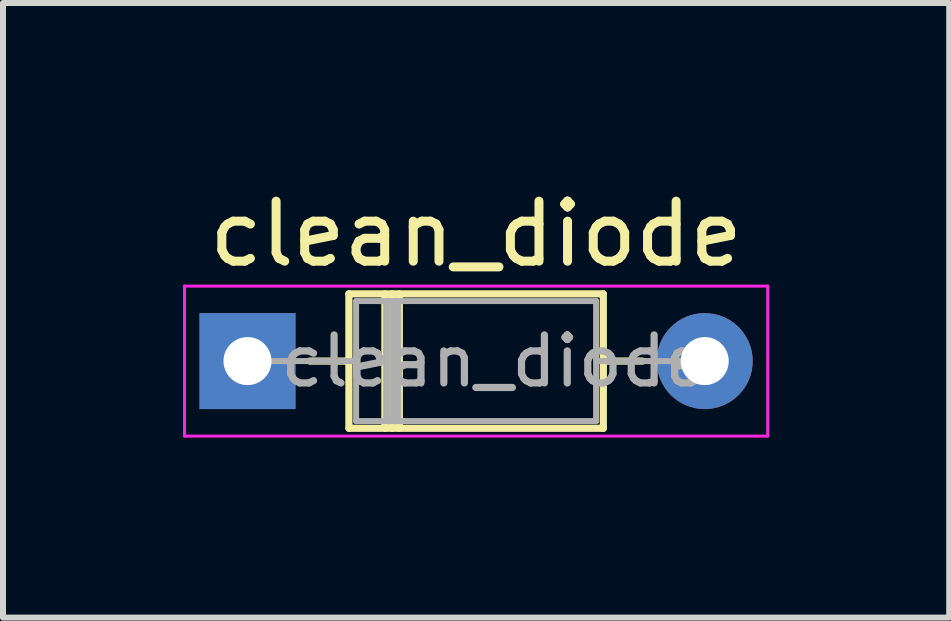
<source format=kicad_pcb>
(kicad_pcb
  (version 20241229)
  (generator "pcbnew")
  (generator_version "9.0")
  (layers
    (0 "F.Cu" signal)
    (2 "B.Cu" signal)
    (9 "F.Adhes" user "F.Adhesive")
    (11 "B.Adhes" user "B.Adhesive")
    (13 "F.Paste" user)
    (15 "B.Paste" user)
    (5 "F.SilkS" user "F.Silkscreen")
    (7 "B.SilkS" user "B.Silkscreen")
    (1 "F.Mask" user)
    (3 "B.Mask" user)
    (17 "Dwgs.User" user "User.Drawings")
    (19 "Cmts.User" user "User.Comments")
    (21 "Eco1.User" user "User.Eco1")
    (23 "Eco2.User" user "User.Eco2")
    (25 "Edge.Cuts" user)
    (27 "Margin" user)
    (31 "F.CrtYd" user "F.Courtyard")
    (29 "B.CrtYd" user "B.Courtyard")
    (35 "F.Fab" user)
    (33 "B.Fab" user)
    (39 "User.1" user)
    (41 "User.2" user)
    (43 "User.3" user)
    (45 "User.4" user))
  (footprint "clean_diode"
    (layer "F.Cu")
    (at 1.075 2.968)
    (property "Reference" "clean_diode" (at 3.81 -2.12 0) (layer "F.SilkS") (effects (font (size 1 1) (thickness 0.15))))
    (attr through_hole)
    (fp_line (start 1.04 0) (end 1.69 0) (stroke (width 0.12) (type solid)) (layer "F.SilkS"))
    (fp_line (start 1.69 -1.12) (end 1.69 1.12) (stroke (width 0.12) (type solid)) (layer "F.SilkS"))
    (fp_line (start 1.69 1.12) (end 5.93 1.12) (stroke (width 0.12) (type solid)) (layer "F.SilkS"))
    (fp_line (start 2.29 -1.12) (end 2.29 1.12) (stroke (width 0.12) (type solid)) (layer "F.SilkS"))
    (fp_line (start 2.41 -1.12) (end 2.41 1.12) (stroke (width 0.12) (type solid)) (layer "F.SilkS"))
    (fp_line (start 2.53 -1.12) (end 2.53 1.12) (stroke (width 0.12) (type solid)) (layer "F.SilkS"))
    (fp_line (start 5.93 -1.12) (end 1.69 -1.12) (stroke (width 0.12) (type solid)) (layer "F.SilkS"))
    (fp_line (start 5.93 1.12) (end 5.93 -1.12) (stroke (width 0.12) (type solid)) (layer "F.SilkS"))
    (fp_line (start 6.58 0) (end 5.93 0) (stroke (width 0.12) (type solid)) (layer "F.SilkS"))
    (fp_line (start -1.05 -1.25) (end -1.05 1.25) (stroke (width 0.05) (type solid)) (layer "F.CrtYd"))
    (fp_line (start -1.05 1.25) (end 8.67 1.25) (stroke (width 0.05) (type solid)) (layer "F.CrtYd"))
    (fp_line (start 8.67 -1.25) (end -1.05 -1.25) (stroke (width 0.05) (type solid)) (layer "F.CrtYd"))
    (fp_line (start 8.67 1.25) (end 8.67 -1.25) (stroke (width 0.05) (type solid)) (layer "F.CrtYd"))
    (fp_line (start 0 0) (end 1.81 0) (stroke (width 0.1) (type solid)) (layer "F.Fab"))
    (fp_line (start 1.81 -1) (end 1.81 1) (stroke (width 0.1) (type solid)) (layer "F.Fab"))
    (fp_line (start 1.81 1) (end 5.81 1) (stroke (width 0.1) (type solid)) (layer "F.Fab"))
    (fp_line (start 2.31 -1) (end 2.31 1) (stroke (width 0.1) (type solid)) (layer "F.Fab"))
    (fp_line (start 2.41 -1) (end 2.41 1) (stroke (width 0.1) (type solid)) (layer "F.Fab"))
    (fp_line (start 2.51 -1) (end 2.51 1) (stroke (width 0.1) (type solid)) (layer "F.Fab"))
    (fp_line (start 5.81 -1) (end 1.81 -1) (stroke (width 0.1) (type solid)) (layer "F.Fab"))
    (fp_line (start 5.81 1) (end 5.81 -1) (stroke (width 0.1) (type solid)) (layer "F.Fab"))
    (fp_line (start 7.62 0) (end 5.81 0) (stroke (width 0.1) (type solid)) (layer "F.Fab"))
    (fp_text user "${REFERENCE}" (at 4.11 0 0) (layer "F.Fab") (effects (font (size 0.8 0.8) (thickness 0.12))))
    (pad "1" thru_hole rect (at 0 0) (size 1.6 1.6) (drill 0.8) (layers "*.Cu" "*.Mask"))
    (pad "2" thru_hole oval (at 7.62 0) (size 1.6 1.6) (drill 0.8) (layers "*.Cu" "*.Mask")))
  (gr_rect
    (start -3 -3)
    (end 12.77 7.243)
    (stroke (width 0.1) (type default))
    (fill no)
    (layer "Edge.Cuts")))
</source>
